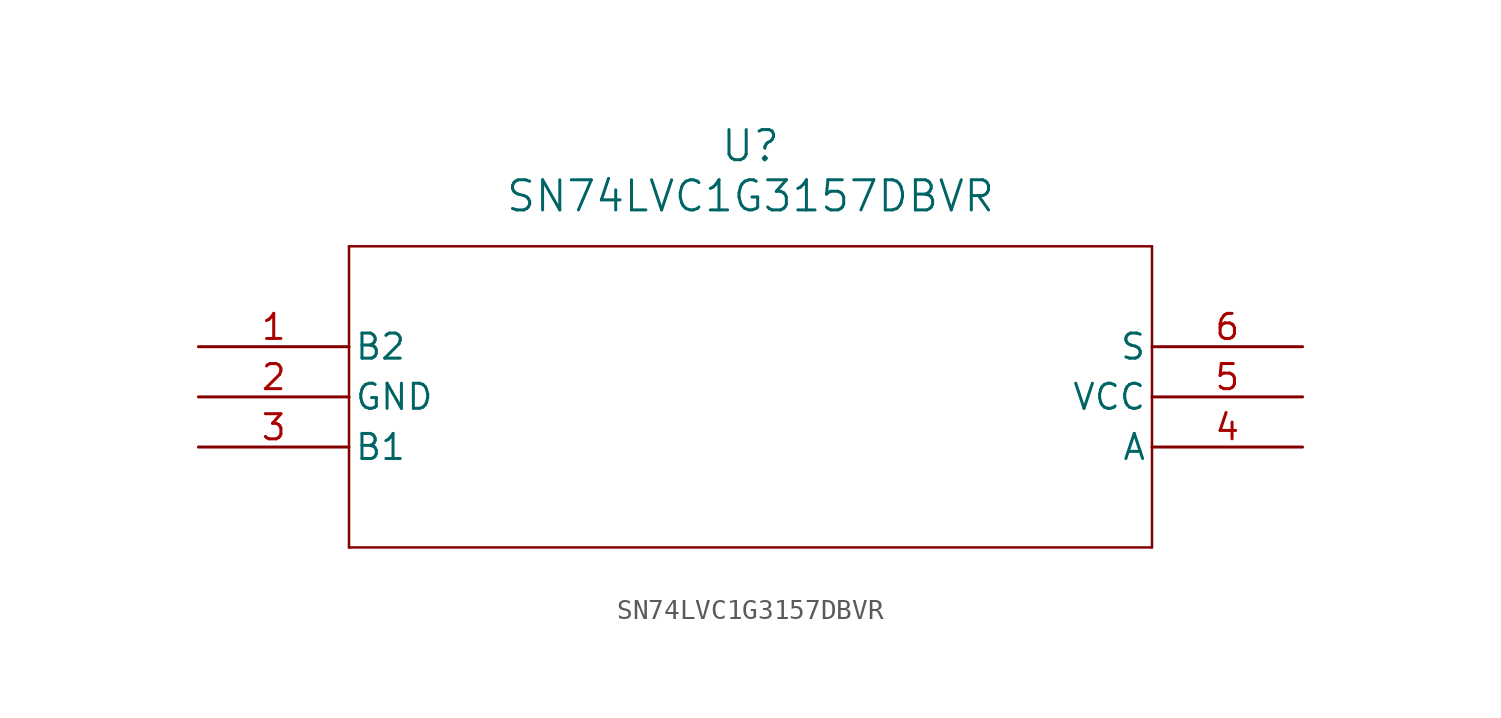
<source format=kicad_sym>
(kicad_symbol_lib
  (version 20211014)
  (generator kicad_symbol_editor)
  (symbol "SN74LVC1G3157DBVR"
    (pin_names
      (offset 0.254))
    (property "Reference" "U"
      (at 27.94 10.16 0)
      (effects (font (size 1.524 1.524))))
    (property "Value" "SN74LVC1G3157DBVR"
      (at 27.94 7.62 0)
      (effects (font (size 1.524 1.524))))
    (symbol "SN74LVC1G3157DBVR_0_1"
      (polyline (pts (xy 7.62 5.08) (xy 7.62 -10.16)) (stroke (width 0.127) (type default) (color 0 0 0 0)) (fill (type none)))
      (polyline (pts (xy 7.62 -10.16) (xy 48.26 -10.16)) (stroke (width 0.127) (type default) (color 0 0 0 0)) (fill (type none)))
      (polyline (pts (xy 48.26 -10.16) (xy 48.26 5.08)) (stroke (width 0.127) (type default) (color 0 0 0 0)) (fill (type none)))
      (polyline (pts (xy 48.26 5.08) (xy 7.62 5.08)) (stroke (width 0.127) (type default) (color 0 0 0 0)) (fill (type none)))
      (pin input line (at 0 0 0) (length 7.62) (name "B2" (effects (font (size 1.27 1.27)))) (number "1" (effects (font (size 1.27 1.27)))))
      (pin power_in line (at 0 -2.54 0) (length 7.62) (name "GND" (effects (font (size 1.27 1.27)))) (number "2" (effects (font (size 1.27 1.27)))))
      (pin input line (at 0 -5.08 0) (length 7.62) (name "B1" (effects (font (size 1.27 1.27)))) (number "3" (effects (font (size 1.27 1.27)))))
      (pin input line (at 55.88 -5.08 180) (length 7.62) (name "A" (effects (font (size 1.27 1.27)))) (number "4" (effects (font (size 1.27 1.27)))))
      (pin power_in line (at 55.88 -2.54 180) (length 7.62) (name "VCC" (effects (font (size 1.27 1.27)))) (number "5" (effects (font (size 1.27 1.27)))))
      (pin input line (at 55.88 0 180) (length 7.62) (name "S" (effects (font (size 1.27 1.27)))) (number "6" (effects (font (size 1.27 1.27))))))))
</source>
